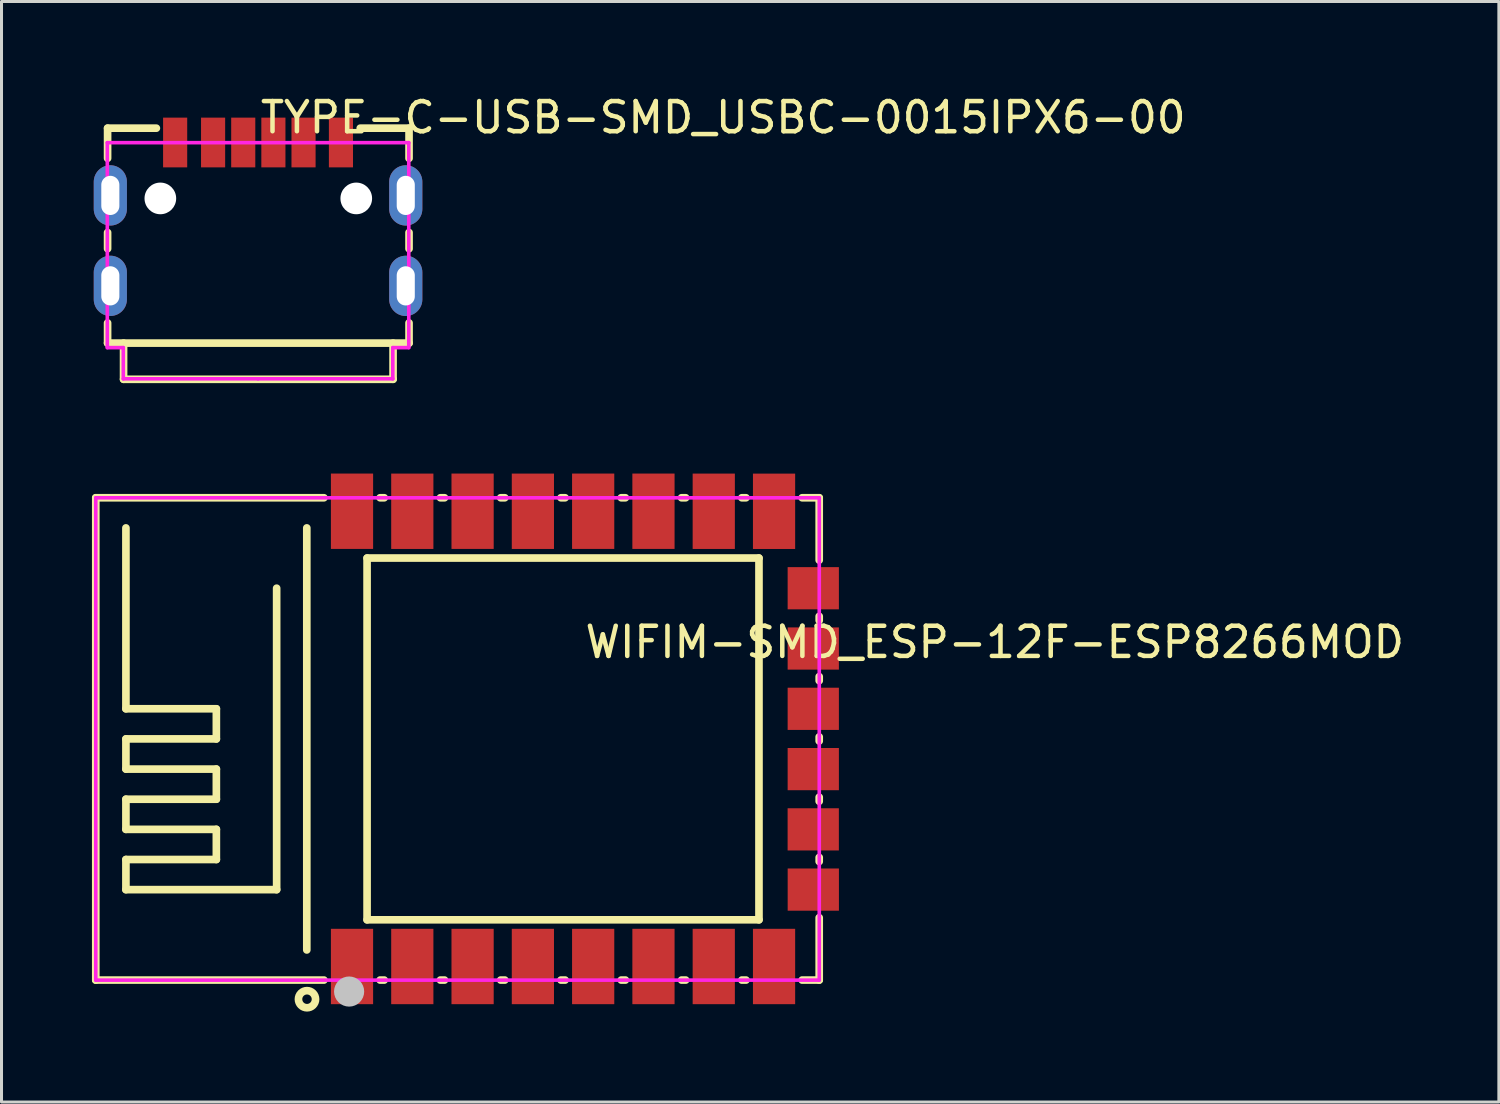
<source format=kicad_pcb>
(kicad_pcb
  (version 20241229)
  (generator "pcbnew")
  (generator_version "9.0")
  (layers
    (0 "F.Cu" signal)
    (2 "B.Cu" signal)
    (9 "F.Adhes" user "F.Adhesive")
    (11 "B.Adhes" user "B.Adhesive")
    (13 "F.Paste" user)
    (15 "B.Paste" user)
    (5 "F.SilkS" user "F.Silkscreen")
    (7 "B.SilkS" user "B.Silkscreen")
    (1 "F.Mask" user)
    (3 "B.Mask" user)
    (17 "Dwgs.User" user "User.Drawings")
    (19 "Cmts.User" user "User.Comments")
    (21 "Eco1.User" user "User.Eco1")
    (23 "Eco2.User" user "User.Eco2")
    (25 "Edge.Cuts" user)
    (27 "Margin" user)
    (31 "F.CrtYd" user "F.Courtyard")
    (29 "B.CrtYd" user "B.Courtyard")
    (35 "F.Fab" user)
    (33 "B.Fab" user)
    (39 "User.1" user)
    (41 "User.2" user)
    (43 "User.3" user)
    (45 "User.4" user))
  (footprint "WIFIM-SMD_ESP-12F-ESP8266MOD"
    (layer "F.Cu")
    (at 16.278 21.46)
    (property "Reference" "WIFIM-SMD_ESP-12F-ESP8266MOD" (at 0 -3.207 0) (layer "F.SilkS") (effects (font (size 1 1) (thickness 0.15)) (justify left)))
    (attr through_hole)
    (fp_line (start -16.151 -7.998) (end -8.582 -7.998) (stroke (width 0.254) (type solid)) (layer "F.SilkS"))
    (fp_line (start -16.151 8.002) (end -16.151 -7.998) (stroke (width 0.254) (type solid)) (layer "F.SilkS"))
    (fp_line (start -15.151 -0.998) (end -15.151 -6.998) (stroke (width 0.254) (type solid)) (layer "F.SilkS"))
    (fp_line (start -15.151 0.002) (end -12.151 0.002) (stroke (width 0.254) (type solid)) (layer "F.SilkS"))
    (fp_line (start -15.151 1.002) (end -15.151 0.002) (stroke (width 0.254) (type solid)) (layer "F.SilkS"))
    (fp_line (start -15.151 2.002) (end -12.151 2.002) (stroke (width 0.254) (type solid)) (layer "F.SilkS"))
    (fp_line (start -15.151 3.002) (end -15.151 2.002) (stroke (width 0.254) (type solid)) (layer "F.SilkS"))
    (fp_line (start -15.151 4.002) (end -12.151 4.002) (stroke (width 0.254) (type solid)) (layer "F.SilkS"))
    (fp_line (start -15.151 5.002) (end -15.151 4.002) (stroke (width 0.254) (type solid)) (layer "F.SilkS"))
    (fp_line (start -12.151 -0.998) (end -15.151 -0.998) (stroke (width 0.254) (type solid)) (layer "F.SilkS"))
    (fp_line (start -12.151 0.002) (end -12.151 -0.998) (stroke (width 0.254) (type solid)) (layer "F.SilkS"))
    (fp_line (start -12.151 1.002) (end -15.151 1.002) (stroke (width 0.254) (type solid)) (layer "F.SilkS"))
    (fp_line (start -12.151 2.002) (end -12.151 1.002) (stroke (width 0.254) (type solid)) (layer "F.SilkS"))
    (fp_line (start -12.151 3.002) (end -15.151 3.002) (stroke (width 0.254) (type solid)) (layer "F.SilkS"))
    (fp_line (start -12.151 4.002) (end -12.151 3.002) (stroke (width 0.254) (type solid)) (layer "F.SilkS"))
    (fp_line (start -10.151 -4.998) (end -10.151 5.002) (stroke (width 0.254) (type solid)) (layer "F.SilkS"))
    (fp_line (start -10.151 5.002) (end -15.151 5.002) (stroke (width 0.254) (type solid)) (layer "F.SilkS"))
    (fp_line (start -9.151 7.002) (end -9.151 -6.998) (stroke (width 0.254) (type solid)) (layer "F.SilkS"))
    (fp_line (start -8.582 8.001) (end -16.151 8.001) (stroke (width 0.254) (type solid)) (layer "F.SilkS"))
    (fp_line (start -7.151 -5.998) (end -7.151 6.002) (stroke (width 0.254) (type solid)) (layer "F.SilkS"))
    (fp_line (start -7.151 6.002) (end 5.849 6.002) (stroke (width 0.254) (type solid)) (layer "F.SilkS"))
    (fp_line (start -6.719 -7.998) (end -6.582 -7.998) (stroke (width 0.254) (type solid)) (layer "F.SilkS"))
    (fp_line (start -6.582 8.001) (end -6.719 8.001) (stroke (width 0.254) (type solid)) (layer "F.SilkS"))
    (fp_line (start -4.719 -7.998) (end -4.582 -7.998) (stroke (width 0.254) (type solid)) (layer "F.SilkS"))
    (fp_line (start -4.582 8.001) (end -4.719 8.001) (stroke (width 0.254) (type solid)) (layer "F.SilkS"))
    (fp_line (start -2.719 -7.998) (end -2.582 -7.998) (stroke (width 0.254) (type solid)) (layer "F.SilkS"))
    (fp_line (start -2.582 8.001) (end -2.719 8.001) (stroke (width 0.254) (type solid)) (layer "F.SilkS"))
    (fp_line (start -0.719 -7.998) (end -0.582 -7.998) (stroke (width 0.254) (type solid)) (layer "F.SilkS"))
    (fp_line (start -0.582 8.001) (end -0.719 8.001) (stroke (width 0.254) (type solid)) (layer "F.SilkS"))
    (fp_line (start 1.281 -7.998) (end 1.418 -7.998) (stroke (width 0.254) (type solid)) (layer "F.SilkS"))
    (fp_line (start 1.418 8.001) (end 1.281 8.001) (stroke (width 0.254) (type solid)) (layer "F.SilkS"))
    (fp_line (start 3.281 -7.998) (end 3.418 -7.998) (stroke (width 0.254) (type solid)) (layer "F.SilkS"))
    (fp_line (start 3.418 8.001) (end 3.281 8.001) (stroke (width 0.254) (type solid)) (layer "F.SilkS"))
    (fp_line (start 5.281 -7.998) (end 5.418 -7.998) (stroke (width 0.254) (type solid)) (layer "F.SilkS"))
    (fp_line (start 5.418 8.001) (end 5.281 8.001) (stroke (width 0.254) (type solid)) (layer "F.SilkS"))
    (fp_line (start 5.849 -5.998) (end -7.151 -5.998) (stroke (width 0.254) (type solid)) (layer "F.SilkS"))
    (fp_line (start 5.849 6.002) (end 5.849 -5.998) (stroke (width 0.254) (type solid)) (layer "F.SilkS"))
    (fp_line (start 7.281 -7.998) (end 7.847 -7.998) (stroke (width 0.254) (type solid)) (layer "F.SilkS"))
    (fp_line (start 7.847 -7.998) (end 7.847 -5.928) (stroke (width 0.254) (type solid)) (layer "F.SilkS"))
    (fp_line (start 7.847 -4.066) (end 7.847 -3.928) (stroke (width 0.254) (type solid)) (layer "F.SilkS"))
    (fp_line (start 7.847 -2.066) (end 7.847 -1.929) (stroke (width 0.254) (type solid)) (layer "F.SilkS"))
    (fp_line (start 7.847 -0.066) (end 7.847 0.072) (stroke (width 0.254) (type solid)) (layer "F.SilkS"))
    (fp_line (start 7.847 1.934) (end 7.847 2.071) (stroke (width 0.254) (type solid)) (layer "F.SilkS"))
    (fp_line (start 7.847 3.933) (end 7.847 4.069) (stroke (width 0.254) (type solid)) (layer "F.SilkS"))
    (fp_line (start 7.847 5.931) (end 7.847 8.001) (stroke (width 0.254) (type solid)) (layer "F.SilkS"))
    (fp_line (start 7.847 8.001) (end 7.281 8.001) (stroke (width 0.254) (type solid)) (layer "F.SilkS"))
    (fp_circle (center -9.144 8.636) (end -8.86 8.636) (stroke (width 0.254) (type solid)) (fill no) (layer "F.SilkS"))
    (fp_circle (center -7.747 8.382) (end -7.497 8.382) (stroke (width 0.5) (type solid)) (fill no) (layer "Dwgs.User"))
    (fp_circle (center -16.151 8.003) (end -16.121 8.003) (stroke (width 0.06) (type solid)) (fill no) (layer "Eco2.User"))
    (fp_poly (pts (xy -8.151 -6.35) (xy -8.151 -8) (xy -7.151 -8) (xy -7.151 -6.35)) (stroke (width 0.12) (type solid)) (fill no) (layer "Eco2.User"))
    (fp_poly (pts (xy -7.151 6.35) (xy -7.151 8) (xy -8.151 8) (xy -8.151 6.35)) (stroke (width 0.12) (type solid)) (fill no) (layer "Eco2.User"))
    (fp_poly (pts (xy -6.151 -6.35) (xy -6.151 -8) (xy -5.151 -8) (xy -5.151 -6.35)) (stroke (width 0.12) (type solid)) (fill no) (layer "Eco2.User"))
    (fp_poly (pts (xy -5.151 6.35) (xy -5.151 8) (xy -6.151 8) (xy -6.151 6.35)) (stroke (width 0.12) (type solid)) (fill no) (layer "Eco2.User"))
    (fp_poly (pts (xy -4.151 -6.35) (xy -4.151 -8) (xy -3.151 -8) (xy -3.151 -6.35)) (stroke (width 0.12) (type solid)) (fill no) (layer "Eco2.User"))
    (fp_poly (pts (xy -3.151 6.35) (xy -3.151 8) (xy -4.151 8) (xy -4.151 6.35)) (stroke (width 0.12) (type solid)) (fill no) (layer "Eco2.User"))
    (fp_poly (pts (xy -2.151 -6.35) (xy -2.151 -8) (xy -1.151 -8) (xy -1.151 -6.35)) (stroke (width 0.12) (type solid)) (fill no) (layer "Eco2.User"))
    (fp_poly (pts (xy -1.151 6.35) (xy -1.151 8) (xy -2.151 8) (xy -2.151 6.35)) (stroke (width 0.12) (type solid)) (fill no) (layer "Eco2.User"))
    (fp_poly (pts (xy -0.151 -6.35) (xy -0.151 -8) (xy 0.849 -8) (xy 0.849 -6.35)) (stroke (width 0.12) (type solid)) (fill no) (layer "Eco2.User"))
    (fp_poly (pts (xy 0.849 6.35) (xy 0.849 8) (xy -0.151 8) (xy -0.151 6.35)) (stroke (width 0.12) (type solid)) (fill no) (layer "Eco2.User"))
    (fp_poly (pts (xy 1.849 -6.35) (xy 1.849 -8) (xy 2.849 -8) (xy 2.849 -6.35)) (stroke (width 0.12) (type solid)) (fill no) (layer "Eco2.User"))
    (fp_poly (pts (xy 2.849 6.35) (xy 2.849 8) (xy 1.849 8) (xy 1.849 6.35)) (stroke (width 0.12) (type solid)) (fill no) (layer "Eco2.User"))
    (fp_poly (pts (xy 3.849 -6.35) (xy 3.849 -8) (xy 4.849 -8) (xy 4.849 -6.35)) (stroke (width 0.12) (type solid)) (fill no) (layer "Eco2.User"))
    (fp_poly (pts (xy 4.849 6.35) (xy 4.849 8) (xy 3.849 8) (xy 3.849 6.35)) (stroke (width 0.12) (type solid)) (fill no) (layer "Eco2.User"))
    (fp_poly (pts (xy 5.849 -6.35) (xy 5.849 -8) (xy 6.849 -8) (xy 6.849 -6.35)) (stroke (width 0.12) (type solid)) (fill no) (layer "Eco2.User"))
    (fp_poly (pts (xy 6.849 6.35) (xy 6.849 8) (xy 5.849 8) (xy 5.849 6.35)) (stroke (width 0.12) (type solid)) (fill no) (layer "Eco2.User"))
    (fp_poly (pts (xy 7.849 -5.497) (xy 7.849 -4.497) (xy 6.949 -4.497) (xy 6.949 -5.497)) (stroke (width 0.12) (type solid)) (fill no) (layer "Eco2.User"))
    (fp_poly (pts (xy 7.849 -3.497) (xy 7.849 -2.497) (xy 6.949 -2.497) (xy 6.949 -3.497)) (stroke (width 0.12) (type solid)) (fill no) (layer "Eco2.User"))
    (fp_poly (pts (xy 7.849 -1.498) (xy 7.849 -0.498) (xy 6.949 -0.498) (xy 6.949 -1.498)) (stroke (width 0.12) (type solid)) (fill no) (layer "Eco2.User"))
    (fp_poly (pts (xy 7.849 0.503) (xy 7.849 1.503) (xy 6.949 1.503) (xy 6.949 0.503)) (stroke (width 0.12) (type solid)) (fill no) (layer "Eco2.User"))
    (fp_poly (pts (xy 7.849 2.502) (xy 7.849 3.502) (xy 6.949 3.502) (xy 6.949 2.502)) (stroke (width 0.12) (type solid)) (fill no) (layer "Eco2.User"))
    (fp_poly (pts (xy 7.849 4.5) (xy 7.849 5.5) (xy 6.949 5.5) (xy 6.949 4.5)) (stroke (width 0.12) (type solid)) (fill no) (layer "Eco2.User"))
    (fp_line (start -16.151 -7.997) (end 7.849 -7.997) (stroke (width 0.12) (type solid)) (layer "F.CrtYd"))
    (fp_line (start -16.151 8.003) (end -16.151 -7.997) (stroke (width 0.12) (type solid)) (layer "F.CrtYd"))
    (fp_line (start 7.849 -7.997) (end 7.849 8.003) (stroke (width 0.12) (type solid)) (layer "F.CrtYd"))
    (fp_line (start 7.849 8.003) (end -16.151 8.003) (stroke (width 0.12) (type solid)) (layer "F.CrtYd"))
    (pad "1" smd rect (at -7.651 7.551 90) (size 2.5 1.4) (layers "F.Cu" "F.Mask" "F.Paste"))
    (pad "2" smd rect (at -5.651 7.551 90) (size 2.5 1.4) (layers "F.Cu" "F.Mask" "F.Paste"))
    (pad "3" smd rect (at -3.651 7.551 90) (size 2.5 1.4) (layers "F.Cu" "F.Mask" "F.Paste"))
    (pad "4" smd rect (at -1.651 7.551 90) (size 2.5 1.4) (layers "F.Cu" "F.Mask" "F.Paste"))
    (pad "5" smd rect (at 0.349 7.551 90) (size 2.5 1.4) (layers "F.Cu" "F.Mask" "F.Paste"))
    (pad "6" smd rect (at 2.349 7.551 90) (size 2.5 1.4) (layers "F.Cu" "F.Mask" "F.Paste"))
    (pad "7" smd rect (at 4.349 7.551 90) (size 2.5 1.4) (layers "F.Cu" "F.Mask" "F.Paste"))
    (pad "8" smd rect (at 6.349 7.551 90) (size 2.5 1.4) (layers "F.Cu" "F.Mask" "F.Paste"))
    (pad "9" smd rect (at 6.349 -7.549 270) (size 2.5 1.4) (layers "F.Cu" "F.Mask" "F.Paste"))
    (pad "10" smd rect (at 4.349 -7.55 270) (size 2.5 1.4) (layers "F.Cu" "F.Mask" "F.Paste"))
    (pad "11" smd rect (at 2.349 -7.551 270) (size 2.5 1.4) (layers "F.Cu" "F.Mask" "F.Paste"))
    (pad "12" smd rect (at 0.349 -7.551 270) (size 2.5 1.4) (layers "F.Cu" "F.Mask" "F.Paste"))
    (pad "13" smd rect (at -1.651 -7.55 270) (size 2.5 1.4) (layers "F.Cu" "F.Mask" "F.Paste"))
    (pad "14" smd rect (at -3.651 -7.551 270) (size 2.5 1.4) (layers "F.Cu" "F.Mask" "F.Paste"))
    (pad "15" smd rect (at -5.651 -7.55 270) (size 2.5 1.4) (layers "F.Cu" "F.Mask" "F.Paste"))
    (pad "16" smd rect (at -7.651 -7.551 270) (size 2.5 1.4) (layers "F.Cu" "F.Mask" "F.Paste"))
    (pad "17" smd rect (at 7.651 5 180) (size 1.7 1.4) (layers "F.Cu" "F.Mask" "F.Paste"))
    (pad "18" smd rect (at 7.649 3.002 180) (size 1.7 1.4) (layers "F.Cu" "F.Mask" "F.Paste"))
    (pad "19" smd rect (at 7.65 1.003 180) (size 1.7 1.4) (layers "F.Cu" "F.Mask" "F.Paste"))
    (pad "20" smd rect (at 7.65 -0.997 180) (size 1.7 1.4) (layers "F.Cu" "F.Mask" "F.Paste"))
    (pad "21" smd rect (at 7.65 -2.997 180) (size 1.7 1.4) (layers "F.Cu" "F.Mask" "F.Paste"))
    (pad "22" smd rect (at 7.65 -4.997 180) (size 1.7 1.4) (layers "F.Cu" "F.Mask" "F.Paste")))
  (footprint "TYPE-C-USB-SMD_USBC-0015IPX6-00"
    (layer "F.Cu")
    (at 5.51 4.055)
    (property "Reference" "TYPE-C-USB-SMD_USBC-0015IPX6-00" (at 0 -3.207 0) (layer "F.SilkS") (effects (font (size 1 1) (thickness 0.15)) (justify left)))
    (attr through_hole)
    (fp_line (start -4.991 -2.853) (end -4.991 -1.853) (stroke (width 0.254) (type solid)) (layer "F.SilkS"))
    (fp_line (start -4.991 -2.853) (end -3.373 -2.853) (stroke (width 0.254) (type solid)) (layer "F.SilkS"))
    (fp_line (start -4.991 0.608) (end -4.991 1.146) (stroke (width 0.254) (type solid)) (layer "F.SilkS"))
    (fp_line (start -4.991 3.608) (end -4.991 4.277) (stroke (width 0.254) (type solid)) (layer "F.SilkS"))
    (fp_line (start -4.991 4.277) (end 5.009 4.277) (stroke (width 0.254) (type solid)) (layer "F.SilkS"))
    (fp_line (start -4.461 5.477) (end -4.461 4.277) (stroke (width 0.254) (type solid)) (layer "F.SilkS"))
    (fp_line (start -4.461 5.477) (end 4.479 5.477) (stroke (width 0.254) (type solid)) (layer "F.SilkS"))
    (fp_line (start 3.39 -2.853) (end 5.009 -2.853) (stroke (width 0.254) (type solid)) (layer "F.SilkS"))
    (fp_line (start 4.479 5.477) (end 4.479 4.277) (stroke (width 0.254) (type solid)) (layer "F.SilkS"))
    (fp_line (start 5.009 -2.853) (end 5.009 -1.853) (stroke (width 0.254) (type solid)) (layer "F.SilkS"))
    (fp_line (start 5.009 0.608) (end 5.009 1.147) (stroke (width 0.254) (type solid)) (layer "F.SilkS"))
    (fp_line (start 5.009 3.607) (end 5.009 4.277) (stroke (width 0.254) (type solid)) (layer "F.SilkS"))
    (fp_poly (pts (xy -3.15 -1.553) (xy -3.15 -3.203) (xy -2.35 -3.203) (xy -2.35 -1.553)) (stroke (width 0.12) (type solid)) (fill yes) (layer "F.Paste"))
    (fp_poly (pts (xy -1.891 -1.553) (xy -1.891 -3.203) (xy -1.091 -3.203) (xy -1.091 -1.553)) (stroke (width 0.12) (type solid)) (fill yes) (layer "F.Paste"))
    (fp_poly (pts (xy -0.891 -1.553) (xy -0.891 -3.203) (xy -0.091 -3.203) (xy -0.091 -1.553)) (stroke (width 0.12) (type solid)) (fill yes) (layer "F.Paste"))
    (fp_poly (pts (xy 0.109 -1.553) (xy 0.109 -3.203) (xy 0.909 -3.203) (xy 0.909 -1.553)) (stroke (width 0.12) (type solid)) (fill yes) (layer "F.Paste"))
    (fp_poly (pts (xy 1.109 -1.553) (xy 1.109 -3.203) (xy 1.909 -3.203) (xy 1.909 -1.553)) (stroke (width 0.12) (type solid)) (fill yes) (layer "F.Paste"))
    (fp_poly (pts (xy 2.35 -1.553) (xy 2.35 -3.203) (xy 3.15 -3.203) (xy 3.15 -1.553)) (stroke (width 0.12) (type solid)) (fill yes) (layer "F.Paste"))
    (fp_poly (pts (xy -4.35 -0.173) (xy -4.36 -0.066) (xy -4.392 0.038) (xy -4.443 0.133) (xy -4.511 0.216) (xy -4.594 0.284) (xy -4.689 0.335) (xy -4.793 0.367) (xy -4.9 0.377) (xy -5.007 0.367) (xy -5.11 0.335) (xy -5.206 0.284) (xy -5.289 0.216) (xy -5.357 0.133) (xy -5.408 0.038) (xy -5.439 -0.066) (xy -5.45 -0.173) (xy -5.45 -1.073) (xy -5.439 -1.18) (xy -5.408 -1.283) (xy -5.357 -1.378) (xy -5.289 -1.462) (xy -5.206 -1.53) (xy -5.11 -1.581) (xy -5.007 -1.612) (xy -4.9 -1.623) (xy -4.793 -1.612) (xy -4.689 -1.581) (xy -4.594 -1.53) (xy -4.511 -1.462) (xy -4.443 -1.378) (xy -4.392 -1.283) (xy -4.36 -1.18) (xy -4.35 -1.073)) (stroke (width 0.12) (type solid)) (fill yes) (layer "F.Paste"))
    (fp_poly (pts (xy -4.35 2.827) (xy -4.36 2.934) (xy -4.392 3.038) (xy -4.443 3.133) (xy -4.511 3.216) (xy -4.594 3.284) (xy -4.689 3.335) (xy -4.793 3.367) (xy -4.9 3.377) (xy -5.007 3.367) (xy -5.11 3.335) (xy -5.206 3.284) (xy -5.289 3.216) (xy -5.357 3.133) (xy -5.408 3.038) (xy -5.439 2.934) (xy -5.45 2.827) (xy -5.45 1.927) (xy -5.439 1.82) (xy -5.408 1.717) (xy -5.357 1.622) (xy -5.289 1.538) (xy -5.206 1.47) (xy -5.11 1.419) (xy -5.007 1.388) (xy -4.9 1.377) (xy -4.793 1.388) (xy -4.689 1.419) (xy -4.594 1.47) (xy -4.511 1.538) (xy -4.443 1.622) (xy -4.392 1.717) (xy -4.36 1.82) (xy -4.35 1.927)) (stroke (width 0.12) (type solid)) (fill yes) (layer "F.Paste"))
    (fp_poly (pts (xy 5.45 -0.173) (xy 5.44 -0.066) (xy 5.408 0.038) (xy 5.357 0.133) (xy 5.289 0.216) (xy 5.206 0.284) (xy 5.111 0.335) (xy 5.007 0.367) (xy 4.9 0.377) (xy 4.793 0.367) (xy 4.69 0.335) (xy 4.595 0.284) (xy 4.511 0.216) (xy 4.443 0.133) (xy 4.392 0.038) (xy 4.361 -0.066) (xy 4.35 -0.173) (xy 4.35 -1.073) (xy 4.361 -1.18) (xy 4.392 -1.283) (xy 4.443 -1.378) (xy 4.511 -1.462) (xy 4.595 -1.53) (xy 4.69 -1.581) (xy 4.793 -1.612) (xy 4.9 -1.623) (xy 5.007 -1.612) (xy 5.111 -1.581) (xy 5.206 -1.53) (xy 5.289 -1.462) (xy 5.357 -1.378) (xy 5.408 -1.283) (xy 5.44 -1.18) (xy 5.45 -1.073)) (stroke (width 0.12) (type solid)) (fill yes) (layer "F.Paste"))
    (fp_poly (pts (xy 5.45 2.827) (xy 5.44 2.934) (xy 5.408 3.038) (xy 5.357 3.133) (xy 5.289 3.216) (xy 5.206 3.284) (xy 5.111 3.335) (xy 5.007 3.367) (xy 4.9 3.377) (xy 4.793 3.367) (xy 4.69 3.335) (xy 4.595 3.284) (xy 4.511 3.216) (xy 4.443 3.133) (xy 4.392 3.038) (xy 4.361 2.934) (xy 4.35 2.827) (xy 4.35 1.927) (xy 4.361 1.82) (xy 4.392 1.717) (xy 4.443 1.622) (xy 4.511 1.538) (xy 4.595 1.47) (xy 4.69 1.419) (xy 4.793 1.388) (xy 4.9 1.377) (xy 5.007 1.388) (xy 5.111 1.419) (xy 5.206 1.47) (xy 5.289 1.538) (xy 5.357 1.622) (xy 5.408 1.717) (xy 5.44 1.82) (xy 5.45 1.927)) (stroke (width 0.12) (type solid)) (fill yes) (layer "F.Paste"))
    (fp_circle (center 5 -2.852) (end 5.03 -2.852) (stroke (width 0.06) (type solid)) (fill no) (layer "Eco2.User"))
    (fp_poly (pts (xy -4.8 -0.223) (xy -5 -0.223) (xy -5 -1.023) (xy -4.8 -1.023)) (stroke (width 0.12) (type solid)) (fill no) (layer "Eco2.User"))
    (fp_poly (pts (xy -4.8 2.777) (xy -5 2.777) (xy -5 1.977) (xy -4.8 1.977)) (stroke (width 0.12) (type solid)) (fill no) (layer "Eco2.User"))
    (fp_poly (pts (xy -2.5 -2.852) (xy -2.5 -1.972) (xy -3 -1.972) (xy -3 -2.852)) (stroke (width 0.12) (type solid)) (fill no) (layer "Eco2.User"))
    (fp_poly (pts (xy -1.241 -2.852) (xy -1.241 -1.972) (xy -1.741 -1.972) (xy -1.741 -2.852)) (stroke (width 0.12) (type solid)) (fill no) (layer "Eco2.User"))
    (fp_poly (pts (xy -0.241 -2.852) (xy -0.241 -1.972) (xy -0.741 -1.972) (xy -0.741 -2.852)) (stroke (width 0.12) (type solid)) (fill no) (layer "Eco2.User"))
    (fp_poly (pts (xy 0.759 -2.852) (xy 0.759 -1.972) (xy 0.259 -1.972) (xy 0.259 -2.852)) (stroke (width 0.12) (type solid)) (fill no) (layer "Eco2.User"))
    (fp_poly (pts (xy 1.759 -2.852) (xy 1.759 -1.972) (xy 1.259 -1.972) (xy 1.259 -2.852)) (stroke (width 0.12) (type solid)) (fill no) (layer "Eco2.User"))
    (fp_poly (pts (xy 3 -2.852) (xy 3 -1.972) (xy 2.5 -1.972) (xy 2.5 -2.852)) (stroke (width 0.12) (type solid)) (fill no) (layer "Eco2.User"))
    (fp_poly (pts (xy 5 -0.223) (xy 4.8 -0.223) (xy 4.8 -1.023) (xy 5 -1.023)) (stroke (width 0.12) (type solid)) (fill no) (layer "Eco2.User"))
    (fp_poly (pts (xy 5 2.778) (xy 4.8 2.778) (xy 4.8 1.978) (xy 5 1.978)) (stroke (width 0.12) (type solid)) (fill no) (layer "Eco2.User"))
    (fp_line (start -5 -2.372) (end 5 -2.372) (stroke (width 0.12) (type solid)) (layer "F.CrtYd"))
    (fp_line (start -5 4.427) (end -5 -2.372) (stroke (width 0.12) (type solid)) (layer "F.CrtYd"))
    (fp_line (start -4.47 4.427) (end -5 4.427) (stroke (width 0.12) (type solid)) (layer "F.CrtYd"))
    (fp_line (start -4.47 5.461) (end -4.47 4.427) (stroke (width 0.12) (type solid)) (layer "F.CrtYd"))
    (fp_line (start 0 5.461) (end -4.47 5.461) (stroke (width 0.12) (type solid)) (layer "F.CrtYd"))
    (fp_line (start 4.47 4.427) (end 4.47 5.461) (stroke (width 0.12) (type solid)) (layer "F.CrtYd"))
    (fp_line (start 4.47 5.461) (end 0 5.461) (stroke (width 0.12) (type solid)) (layer "F.CrtYd"))
    (fp_line (start 5 -2.372) (end 5 4.427) (stroke (width 0.12) (type solid)) (layer "F.CrtYd"))
    (fp_line (start 5 4.427) (end 4.47 4.427) (stroke (width 0.12) (type solid)) (layer "F.CrtYd"))
    (pad "" np_thru_hole circle (at -3.241 -0.523) (size 1.05 1.05) (drill 1.05) (layers "*.Cu" "*.Mask"))
    (pad "" np_thru_hole circle (at 3.258 -0.523) (size 1.05 1.05) (drill 1.05) (layers "*.Cu" "*.Mask"))
    (pad "7" thru_hole oval (at -4.9 -0.623 180) (size 1.1 2) (drill oval 0.6 1.3) (layers "*.Cu" "*.Mask"))
    (pad "7" thru_hole oval (at -4.9 2.377 180) (size 1.1 2) (drill oval 0.6 1.3) (layers "*.Cu" "*.Mask"))
    (pad "7" thru_hole oval (at 4.9 -0.623 180) (size 1.1 2) (drill oval 0.6 1.3) (layers "*.Cu" "*.Mask"))
    (pad "7" thru_hole oval (at 4.9 2.378 180) (size 1.1 2) (drill oval 0.6 1.3) (layers "*.Cu" "*.Mask"))
    (pad "A5" smd rect (at -0.491 -2.378 90) (size 1.65 0.8) (layers "F.Cu" "F.Mask" "F.Paste"))
    (pad "A9" smd rect (at 1.509 -2.378 90) (size 1.65 0.8) (layers "F.Cu" "F.Mask" "F.Paste"))
    (pad "A12" smd rect (at 2.75 -2.378 90) (size 1.65 0.8) (layers "F.Cu" "F.Mask" "F.Paste"))
    (pad "B5" smd rect (at 0.509 -2.378 90) (size 1.65 0.8) (layers "F.Cu" "F.Mask" "F.Paste"))
    (pad "B9" smd rect (at -1.491 -2.378 90) (size 1.65 0.8) (layers "F.Cu" "F.Mask" "F.Paste"))
    (pad "B12" smd rect (at -2.75 -2.378 90) (size 1.65 0.8) (layers "F.Cu" "F.Mask" "F.Paste")))
  (gr_rect
    (start -3 -3)
    (end 46.671 33.507)
    (stroke (width 0.1) (type default))
    (fill no)
    (layer "Edge.Cuts")))
</source>
